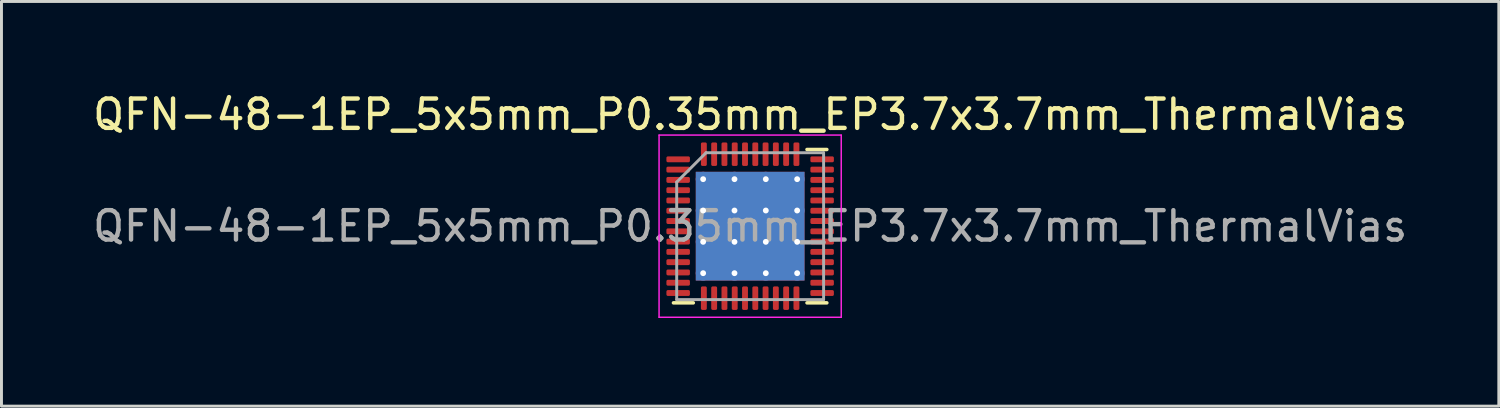
<source format=kicad_pcb>
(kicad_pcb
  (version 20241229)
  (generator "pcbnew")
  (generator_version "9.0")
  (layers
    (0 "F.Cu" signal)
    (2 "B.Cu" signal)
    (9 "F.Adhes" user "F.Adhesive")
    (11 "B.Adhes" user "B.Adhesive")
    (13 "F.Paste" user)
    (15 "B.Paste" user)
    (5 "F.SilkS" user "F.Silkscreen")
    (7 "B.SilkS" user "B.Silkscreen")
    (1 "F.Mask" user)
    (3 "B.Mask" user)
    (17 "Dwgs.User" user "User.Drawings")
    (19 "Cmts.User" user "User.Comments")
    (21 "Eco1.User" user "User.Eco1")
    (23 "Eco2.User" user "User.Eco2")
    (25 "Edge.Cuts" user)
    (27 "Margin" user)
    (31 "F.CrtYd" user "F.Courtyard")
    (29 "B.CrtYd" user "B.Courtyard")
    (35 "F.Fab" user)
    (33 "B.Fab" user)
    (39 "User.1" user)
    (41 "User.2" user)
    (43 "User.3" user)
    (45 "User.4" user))
  (footprint "QFN-48-1EP_5x5mm_P0.35mm_EP3.7x3.7mm_ThermalVias"
    (layer "F.Cu")
    (at 22.482 4.648)
    (property "Reference" "QFN-48-1EP_5x5mm_P0.35mm_EP3.7x3.7mm_ThermalVias" (at 0 -3.8 0) (layer "F.SilkS") (effects (font (size 1 1) (thickness 0.15))))
    (attr smd)
    (fp_line (start -1.935 2.61) (end -2.61 2.61) (stroke (width 0.12) (type solid)) (layer "F.SilkS"))
    (fp_line (start 1.935 -2.61) (end 2.61 -2.61) (stroke (width 0.12) (type solid)) (layer "F.SilkS"))
    (fp_line (start 1.935 2.61) (end 2.61 2.61) (stroke (width 0.12) (type solid)) (layer "F.SilkS"))
    (fp_line (start -3.1 -3.1) (end -3.1 3.1) (stroke (width 0.05) (type solid)) (layer "F.CrtYd"))
    (fp_line (start -3.1 3.1) (end 3.1 3.1) (stroke (width 0.05) (type solid)) (layer "F.CrtYd"))
    (fp_line (start 3.1 -3.1) (end -3.1 -3.1) (stroke (width 0.05) (type solid)) (layer "F.CrtYd"))
    (fp_line (start 3.1 3.1) (end 3.1 -3.1) (stroke (width 0.05) (type solid)) (layer "F.CrtYd"))
    (fp_line (start -2.5 -1.5) (end -1.5 -2.5) (stroke (width 0.1) (type solid)) (layer "F.Fab"))
    (fp_line (start -2.5 2.5) (end -2.5 -1.5) (stroke (width 0.1) (type solid)) (layer "F.Fab"))
    (fp_line (start -1.5 -2.5) (end 2.5 -2.5) (stroke (width 0.1) (type solid)) (layer "F.Fab"))
    (fp_line (start 2.5 -2.5) (end 2.5 2.5) (stroke (width 0.1) (type solid)) (layer "F.Fab"))
    (fp_line (start 2.5 2.5) (end -2.5 2.5) (stroke (width 0.1) (type solid)) (layer "F.Fab"))
    (fp_text user "${REFERENCE}" (at 0 0 0) (layer "F.Fab") (effects (font (size 1 1) (thickness 0.15))))
    (pad "" smd custom (at -1.067 -1.067) (size 0.834 0.834) (layers "F.Paste") (options (anchor circle)) (primitives (gr_poly (pts (xy -0.356 -0.256) (xy -0.256 -0.356) (xy 0.256 -0.356) (xy 0.356 -0.256) (xy 0.356 0.256) (xy 0.256 0.356) (xy -0.256 0.356) (xy -0.356 0.256)) (width 0.243) (fill yes))))
    (pad "" smd custom (at -1.067 0) (size 0.834 0.834) (layers "F.Paste") (options (anchor circle)) (primitives (gr_poly (pts (xy -0.356 -0.256) (xy -0.256 -0.356) (xy 0.256 -0.356) (xy 0.356 -0.256) (xy 0.356 0.256) (xy 0.256 0.356) (xy -0.256 0.356) (xy -0.356 0.256)) (width 0.243) (fill yes))))
    (pad "" smd custom (at -1.067 1.067) (size 0.834 0.834) (layers "F.Paste") (options (anchor circle)) (primitives (gr_poly (pts (xy -0.356 -0.256) (xy -0.256 -0.356) (xy 0.256 -0.356) (xy 0.356 -0.256) (xy 0.356 0.256) (xy 0.256 0.356) (xy -0.256 0.356) (xy -0.356 0.256)) (width 0.243) (fill yes))))
    (pad "" smd custom (at 0 -1.067) (size 0.834 0.834) (layers "F.Paste") (options (anchor circle)) (primitives (gr_poly (pts (xy -0.356 -0.256) (xy -0.256 -0.356) (xy 0.256 -0.356) (xy 0.356 -0.256) (xy 0.356 0.256) (xy 0.256 0.356) (xy -0.256 0.356) (xy -0.356 0.256)) (width 0.243) (fill yes))))
    (pad "" smd custom (at 0 0) (size 0.834 0.834) (layers "F.Paste") (options (anchor circle)) (primitives (gr_poly (pts (xy -0.356 -0.256) (xy -0.256 -0.356) (xy 0.256 -0.356) (xy 0.356 -0.256) (xy 0.356 0.256) (xy 0.256 0.356) (xy -0.256 0.356) (xy -0.356 0.256)) (width 0.243) (fill yes))))
    (pad "" smd custom (at 0 1.067) (size 0.834 0.834) (layers "F.Paste") (options (anchor circle)) (primitives (gr_poly (pts (xy -0.356 -0.256) (xy -0.256 -0.356) (xy 0.256 -0.356) (xy 0.356 -0.256) (xy 0.356 0.256) (xy 0.256 0.356) (xy -0.256 0.356) (xy -0.356 0.256)) (width 0.243) (fill yes))))
    (pad "" smd custom (at 1.067 -1.067) (size 0.834 0.834) (layers "F.Paste") (options (anchor circle)) (primitives (gr_poly (pts (xy -0.356 -0.256) (xy -0.256 -0.356) (xy 0.256 -0.356) (xy 0.356 -0.256) (xy 0.356 0.256) (xy 0.256 0.356) (xy -0.256 0.356) (xy -0.356 0.256)) (width 0.243) (fill yes))))
    (pad "" smd custom (at 1.067 0) (size 0.834 0.834) (layers "F.Paste") (options (anchor circle)) (primitives (gr_poly (pts (xy -0.356 -0.256) (xy -0.256 -0.356) (xy 0.256 -0.356) (xy 0.356 -0.256) (xy 0.356 0.256) (xy 0.256 0.356) (xy -0.256 0.356) (xy -0.356 0.256)) (width 0.243) (fill yes))))
    (pad "" smd custom (at 1.067 1.067) (size 0.834 0.834) (layers "F.Paste") (options (anchor circle)) (primitives (gr_poly (pts (xy -0.356 -0.256) (xy -0.256 -0.356) (xy 0.256 -0.356) (xy 0.356 -0.256) (xy 0.356 0.256) (xy 0.256 0.356) (xy -0.256 0.356) (xy -0.356 0.256)) (width 0.243) (fill yes))))
    (pad "1" smd roundrect (at -2.45 -2.275) (size 0.8 0.2) (layers "F.Cu" "F.Mask" "F.Paste") (roundrect_rratio 0.25))
    (pad "2" smd roundrect (at -2.45 -1.925) (size 0.8 0.2) (layers "F.Cu" "F.Mask" "F.Paste") (roundrect_rratio 0.25))
    (pad "3" smd roundrect (at -2.45 -1.575) (size 0.8 0.2) (layers "F.Cu" "F.Mask" "F.Paste") (roundrect_rratio 0.25))
    (pad "4" smd roundrect (at -2.45 -1.225) (size 0.8 0.2) (layers "F.Cu" "F.Mask" "F.Paste") (roundrect_rratio 0.25))
    (pad "5" smd roundrect (at -2.45 -0.875) (size 0.8 0.2) (layers "F.Cu" "F.Mask" "F.Paste") (roundrect_rratio 0.25))
    (pad "6" smd roundrect (at -2.45 -0.525) (size 0.8 0.2) (layers "F.Cu" "F.Mask" "F.Paste") (roundrect_rratio 0.25))
    (pad "7" smd roundrect (at -2.45 -0.175) (size 0.8 0.2) (layers "F.Cu" "F.Mask" "F.Paste") (roundrect_rratio 0.25))
    (pad "8" smd roundrect (at -2.45 0.175) (size 0.8 0.2) (layers "F.Cu" "F.Mask" "F.Paste") (roundrect_rratio 0.25))
    (pad "9" smd roundrect (at -2.45 0.525) (size 0.8 0.2) (layers "F.Cu" "F.Mask" "F.Paste") (roundrect_rratio 0.25))
    (pad "10" smd roundrect (at -2.45 0.875) (size 0.8 0.2) (layers "F.Cu" "F.Mask" "F.Paste") (roundrect_rratio 0.25))
    (pad "11" smd roundrect (at -2.45 1.225) (size 0.8 0.2) (layers "F.Cu" "F.Mask" "F.Paste") (roundrect_rratio 0.25))
    (pad "12" smd roundrect (at -2.45 1.575) (size 0.8 0.2) (layers "F.Cu" "F.Mask" "F.Paste") (roundrect_rratio 0.25))
    (pad "13" smd roundrect (at -2.45 1.925) (size 0.8 0.2) (layers "F.Cu" "F.Mask" "F.Paste") (roundrect_rratio 0.25))
    (pad "14" smd roundrect (at -2.45 2.275) (size 0.8 0.2) (layers "F.Cu" "F.Mask" "F.Paste") (roundrect_rratio 0.25))
    (pad "15" smd roundrect (at -1.575 2.45) (size 0.2 0.8) (layers "F.Cu" "F.Mask" "F.Paste") (roundrect_rratio 0.25))
    (pad "16" smd roundrect (at -1.225 2.45) (size 0.2 0.8) (layers "F.Cu" "F.Mask" "F.Paste") (roundrect_rratio 0.25))
    (pad "17" smd roundrect (at -0.875 2.45) (size 0.2 0.8) (layers "F.Cu" "F.Mask" "F.Paste") (roundrect_rratio 0.25))
    (pad "18" smd roundrect (at -0.525 2.45) (size 0.2 0.8) (layers "F.Cu" "F.Mask" "F.Paste") (roundrect_rratio 0.25))
    (pad "19" smd roundrect (at -0.175 2.45) (size 0.2 0.8) (layers "F.Cu" "F.Mask" "F.Paste") (roundrect_rratio 0.25))
    (pad "20" smd roundrect (at 0.175 2.45) (size 0.2 0.8) (layers "F.Cu" "F.Mask" "F.Paste") (roundrect_rratio 0.25))
    (pad "21" smd roundrect (at 0.525 2.45) (size 0.2 0.8) (layers "F.Cu" "F.Mask" "F.Paste") (roundrect_rratio 0.25))
    (pad "22" smd roundrect (at 0.875 2.45) (size 0.2 0.8) (layers "F.Cu" "F.Mask" "F.Paste") (roundrect_rratio 0.25))
    (pad "23" smd roundrect (at 1.225 2.45) (size 0.2 0.8) (layers "F.Cu" "F.Mask" "F.Paste") (roundrect_rratio 0.25))
    (pad "24" smd roundrect (at 1.575 2.45) (size 0.2 0.8) (layers "F.Cu" "F.Mask" "F.Paste") (roundrect_rratio 0.25))
    (pad "25" smd roundrect (at 2.45 2.275) (size 0.8 0.2) (layers "F.Cu" "F.Mask" "F.Paste") (roundrect_rratio 0.25))
    (pad "26" smd roundrect (at 2.45 1.925) (size 0.8 0.2) (layers "F.Cu" "F.Mask" "F.Paste") (roundrect_rratio 0.25))
    (pad "27" smd roundrect (at 2.45 1.575) (size 0.8 0.2) (layers "F.Cu" "F.Mask" "F.Paste") (roundrect_rratio 0.25))
    (pad "28" smd roundrect (at 2.45 1.225) (size 0.8 0.2) (layers "F.Cu" "F.Mask" "F.Paste") (roundrect_rratio 0.25))
    (pad "29" smd roundrect (at 2.45 0.875) (size 0.8 0.2) (layers "F.Cu" "F.Mask" "F.Paste") (roundrect_rratio 0.25))
    (pad "30" smd roundrect (at 2.45 0.525) (size 0.8 0.2) (layers "F.Cu" "F.Mask" "F.Paste") (roundrect_rratio 0.25))
    (pad "31" smd roundrect (at 2.45 0.175) (size 0.8 0.2) (layers "F.Cu" "F.Mask" "F.Paste") (roundrect_rratio 0.25))
    (pad "32" smd roundrect (at 2.45 -0.175) (size 0.8 0.2) (layers "F.Cu" "F.Mask" "F.Paste") (roundrect_rratio 0.25))
    (pad "33" smd roundrect (at 2.45 -0.525) (size 0.8 0.2) (layers "F.Cu" "F.Mask" "F.Paste") (roundrect_rratio 0.25))
    (pad "34" smd roundrect (at 2.45 -0.875) (size 0.8 0.2) (layers "F.Cu" "F.Mask" "F.Paste") (roundrect_rratio 0.25))
    (pad "35" smd roundrect (at 2.45 -1.225) (size 0.8 0.2) (layers "F.Cu" "F.Mask" "F.Paste") (roundrect_rratio 0.25))
    (pad "36" smd roundrect (at 2.45 -1.575) (size 0.8 0.2) (layers "F.Cu" "F.Mask" "F.Paste") (roundrect_rratio 0.25))
    (pad "37" smd roundrect (at 2.45 -1.925) (size 0.8 0.2) (layers "F.Cu" "F.Mask" "F.Paste") (roundrect_rratio 0.25))
    (pad "38" smd roundrect (at 2.45 -2.275) (size 0.8 0.2) (layers "F.Cu" "F.Mask" "F.Paste") (roundrect_rratio 0.25))
    (pad "39" smd roundrect (at 1.575 -2.45) (size 0.2 0.8) (layers "F.Cu" "F.Mask" "F.Paste") (roundrect_rratio 0.25))
    (pad "40" smd roundrect (at 1.225 -2.45) (size 0.2 0.8) (layers "F.Cu" "F.Mask" "F.Paste") (roundrect_rratio 0.25))
    (pad "41" smd roundrect (at 0.875 -2.45) (size 0.2 0.8) (layers "F.Cu" "F.Mask" "F.Paste") (roundrect_rratio 0.25))
    (pad "42" smd roundrect (at 0.525 -2.45) (size 0.2 0.8) (layers "F.Cu" "F.Mask" "F.Paste") (roundrect_rratio 0.25))
    (pad "43" smd roundrect (at 0.175 -2.45) (size 0.2 0.8) (layers "F.Cu" "F.Mask" "F.Paste") (roundrect_rratio 0.25))
    (pad "44" smd roundrect (at -0.175 -2.45) (size 0.2 0.8) (layers "F.Cu" "F.Mask" "F.Paste") (roundrect_rratio 0.25))
    (pad "45" smd roundrect (at -0.525 -2.45) (size 0.2 0.8) (layers "F.Cu" "F.Mask" "F.Paste") (roundrect_rratio 0.25))
    (pad "46" smd roundrect (at -0.875 -2.45) (size 0.2 0.8) (layers "F.Cu" "F.Mask" "F.Paste") (roundrect_rratio 0.25))
    (pad "47" smd roundrect (at -1.225 -2.45) (size 0.2 0.8) (layers "F.Cu" "F.Mask" "F.Paste") (roundrect_rratio 0.25))
    (pad "48" smd roundrect (at -1.575 -2.45) (size 0.2 0.8) (layers "F.Cu" "F.Mask" "F.Paste") (roundrect_rratio 0.25))
    (pad "49" thru_hole circle (at -1.6 -1.6) (size 0.5 0.5) (drill 0.2) (layers "*.Cu"))
    (pad "49" thru_hole circle (at -1.6 -0.533) (size 0.5 0.5) (drill 0.2) (layers "*.Cu"))
    (pad "49" thru_hole circle (at -1.6 0.533) (size 0.5 0.5) (drill 0.2) (layers "*.Cu"))
    (pad "49" thru_hole circle (at -1.6 1.6) (size 0.5 0.5) (drill 0.2) (layers "*.Cu"))
    (pad "49" thru_hole circle (at -0.533 -1.6) (size 0.5 0.5) (drill 0.2) (layers "*.Cu"))
    (pad "49" thru_hole circle (at -0.533 -0.533) (size 0.5 0.5) (drill 0.2) (layers "*.Cu"))
    (pad "49" thru_hole circle (at -0.533 0.533) (size 0.5 0.5) (drill 0.2) (layers "*.Cu"))
    (pad "49" thru_hole circle (at -0.533 1.6) (size 0.5 0.5) (drill 0.2) (layers "*.Cu"))
    (pad "49" smd rect (at 0 0) (size 3.7 3.7) (layers "F.Cu" "F.Mask"))
    (pad "49" smd rect (at 0 0) (size 3.7 3.7) (layers "B.Cu"))
    (pad "49" thru_hole circle (at 0.533 -1.6) (size 0.5 0.5) (drill 0.2) (layers "*.Cu"))
    (pad "49" thru_hole circle (at 0.533 -0.533) (size 0.5 0.5) (drill 0.2) (layers "*.Cu"))
    (pad "49" thru_hole circle (at 0.533 0.533) (size 0.5 0.5) (drill 0.2) (layers "*.Cu"))
    (pad "49" thru_hole circle (at 0.533 1.6) (size 0.5 0.5) (drill 0.2) (layers "*.Cu"))
    (pad "49" thru_hole circle (at 1.6 -1.6) (size 0.5 0.5) (drill 0.2) (layers "*.Cu"))
    (pad "49" thru_hole circle (at 1.6 -0.533) (size 0.5 0.5) (drill 0.2) (layers "*.Cu"))
    (pad "49" thru_hole circle (at 1.6 0.533) (size 0.5 0.5) (drill 0.2) (layers "*.Cu"))
    (pad "49" thru_hole circle (at 1.6 1.6) (size 0.5 0.5) (drill 0.2) (layers "*.Cu")))
  (gr_rect
    (start -3 -3)
    (end 47.964 10.773)
    (stroke (width 0.1) (type default))
    (fill no)
    (layer "Edge.Cuts")))
</source>
